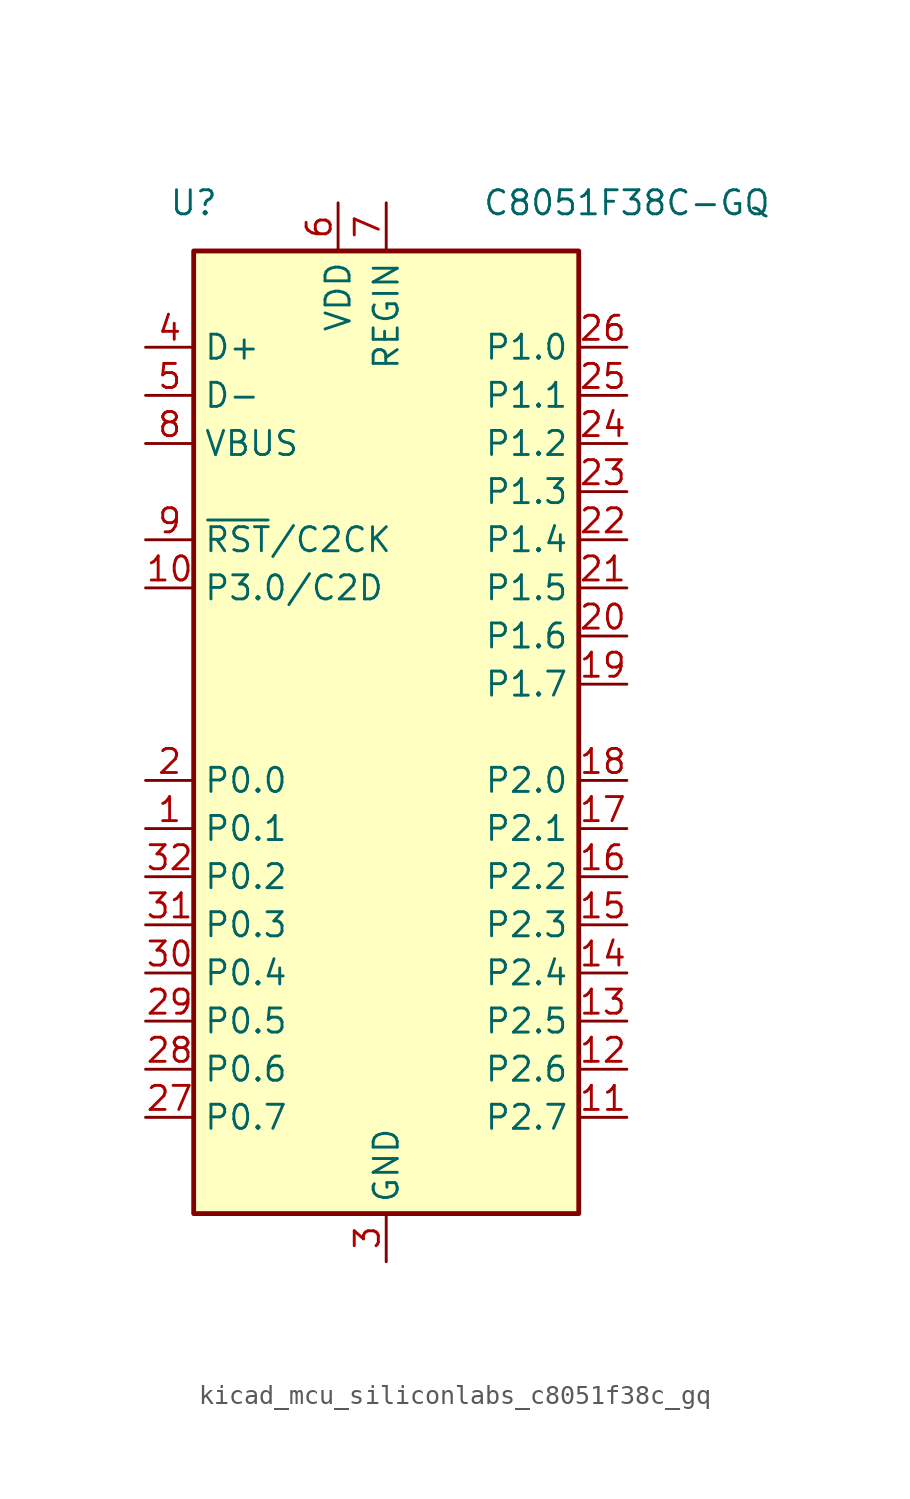
<source format=kicad_sym>
(kicad_symbol_lib
  (version 20220914)
  (generator kicad_symbol_editor)
  (symbol "kicad_mcu_siliconlabs_c8051f38c_gq"
    (property "Reference" "U"
      (at -10.16 27.94 0)
      (effects (font (size 1.27 1.27))))
    (property "Value" "C8051F38C-GQ"
      (at 12.7 27.94 0)
      (effects (font (size 1.27 1.27))))
    (symbol "kicad_mcu_siliconlabs_c8051f38c_gq_0_1"
      (rectangle (start -10.16 25.4) (end 10.16 -25.4) (stroke (width 0.254) (type default)) (fill (type background))))
    (symbol "kicad_mcu_siliconlabs_c8051f38c_gq_1_1"
      (pin bidirectional line (at -12.7 -5.08 0) (length 2.54) (name "P0.1" (effects (font (size 1.27 1.27)))) (number "1" (effects (font (size 1.27 1.27)))))
      (pin bidirectional line (at -12.7 7.62 0) (length 2.54) (name "P3.0/C2D" (effects (font (size 1.27 1.27)))) (number "10" (effects (font (size 1.27 1.27)))))
      (pin bidirectional line (at 12.7 -20.32 180) (length 2.54) (name "P2.7" (effects (font (size 1.27 1.27)))) (number "11" (effects (font (size 1.27 1.27)))))
      (pin bidirectional line (at 12.7 -17.78 180) (length 2.54) (name "P2.6" (effects (font (size 1.27 1.27)))) (number "12" (effects (font (size 1.27 1.27)))))
      (pin bidirectional line (at 12.7 -15.24 180) (length 2.54) (name "P2.5" (effects (font (size 1.27 1.27)))) (number "13" (effects (font (size 1.27 1.27)))))
      (pin bidirectional line (at 12.7 -12.7 180) (length 2.54) (name "P2.4" (effects (font (size 1.27 1.27)))) (number "14" (effects (font (size 1.27 1.27)))))
      (pin bidirectional line (at 12.7 -10.16 180) (length 2.54) (name "P2.3" (effects (font (size 1.27 1.27)))) (number "15" (effects (font (size 1.27 1.27)))))
      (pin bidirectional line (at 12.7 -7.62 180) (length 2.54) (name "P2.2" (effects (font (size 1.27 1.27)))) (number "16" (effects (font (size 1.27 1.27)))))
      (pin bidirectional line (at 12.7 -5.08 180) (length 2.54) (name "P2.1" (effects (font (size 1.27 1.27)))) (number "17" (effects (font (size 1.27 1.27)))))
      (pin bidirectional line (at 12.7 -2.54 180) (length 2.54) (name "P2.0" (effects (font (size 1.27 1.27)))) (number "18" (effects (font (size 1.27 1.27)))))
      (pin bidirectional line (at 12.7 2.54 180) (length 2.54) (name "P1.7" (effects (font (size 1.27 1.27)))) (number "19" (effects (font (size 1.27 1.27)))))
      (pin bidirectional line (at -12.7 -2.54 0) (length 2.54) (name "P0.0" (effects (font (size 1.27 1.27)))) (number "2" (effects (font (size 1.27 1.27)))))
      (pin bidirectional line (at 12.7 5.08 180) (length 2.54) (name "P1.6" (effects (font (size 1.27 1.27)))) (number "20" (effects (font (size 1.27 1.27)))))
      (pin bidirectional line (at 12.7 7.62 180) (length 2.54) (name "P1.5" (effects (font (size 1.27 1.27)))) (number "21" (effects (font (size 1.27 1.27)))))
      (pin bidirectional line (at 12.7 10.16 180) (length 2.54) (name "P1.4" (effects (font (size 1.27 1.27)))) (number "22" (effects (font (size 1.27 1.27)))))
      (pin bidirectional line (at 12.7 12.7 180) (length 2.54) (name "P1.3" (effects (font (size 1.27 1.27)))) (number "23" (effects (font (size 1.27 1.27)))))
      (pin bidirectional line (at 12.7 15.24 180) (length 2.54) (name "P1.2" (effects (font (size 1.27 1.27)))) (number "24" (effects (font (size 1.27 1.27)))))
      (pin bidirectional line (at 12.7 17.78 180) (length 2.54) (name "P1.1" (effects (font (size 1.27 1.27)))) (number "25" (effects (font (size 1.27 1.27)))))
      (pin bidirectional line (at 12.7 20.32 180) (length 2.54) (name "P1.0" (effects (font (size 1.27 1.27)))) (number "26" (effects (font (size 1.27 1.27)))))
      (pin bidirectional line (at -12.7 -20.32 0) (length 2.54) (name "P0.7" (effects (font (size 1.27 1.27)))) (number "27" (effects (font (size 1.27 1.27)))))
      (pin bidirectional line (at -12.7 -17.78 0) (length 2.54) (name "P0.6" (effects (font (size 1.27 1.27)))) (number "28" (effects (font (size 1.27 1.27)))))
      (pin bidirectional line (at -12.7 -15.24 0) (length 2.54) (name "P0.5" (effects (font (size 1.27 1.27)))) (number "29" (effects (font (size 1.27 1.27)))))
      (pin power_in line (at 0 -27.94 90) (length 2.54) (name "GND" (effects (font (size 1.27 1.27)))) (number "3" (effects (font (size 1.27 1.27)))))
      (pin bidirectional line (at -12.7 -12.7 0) (length 2.54) (name "P0.4" (effects (font (size 1.27 1.27)))) (number "30" (effects (font (size 1.27 1.27)))))
      (pin bidirectional line (at -12.7 -10.16 0) (length 2.54) (name "P0.3" (effects (font (size 1.27 1.27)))) (number "31" (effects (font (size 1.27 1.27)))))
      (pin bidirectional line (at -12.7 -7.62 0) (length 2.54) (name "P0.2" (effects (font (size 1.27 1.27)))) (number "32" (effects (font (size 1.27 1.27)))))
      (pin bidirectional line (at -12.7 20.32 0) (length 2.54) (name "D+" (effects (font (size 1.27 1.27)))) (number "4" (effects (font (size 1.27 1.27)))))
      (pin bidirectional line (at -12.7 17.78 0) (length 2.54) (name "D-" (effects (font (size 1.27 1.27)))) (number "5" (effects (font (size 1.27 1.27)))))
      (pin power_in line (at -2.54 27.94 270) (length 2.54) (name "VDD" (effects (font (size 1.27 1.27)))) (number "6" (effects (font (size 1.27 1.27)))))
      (pin power_in line (at 0 27.94 270) (length 2.54) (name "REGIN" (effects (font (size 1.27 1.27)))) (number "7" (effects (font (size 1.27 1.27)))))
      (pin input line (at -12.7 15.24 0) (length 2.54) (name "VBUS" (effects (font (size 1.27 1.27)))) (number "8" (effects (font (size 1.27 1.27)))))
      (pin input line (at -12.7 10.16 0) (length 2.54) (name "~{RST}/C2CK" (effects (font (size 1.27 1.27)))) (number "9" (effects (font (size 1.27 1.27))))))))
</source>
